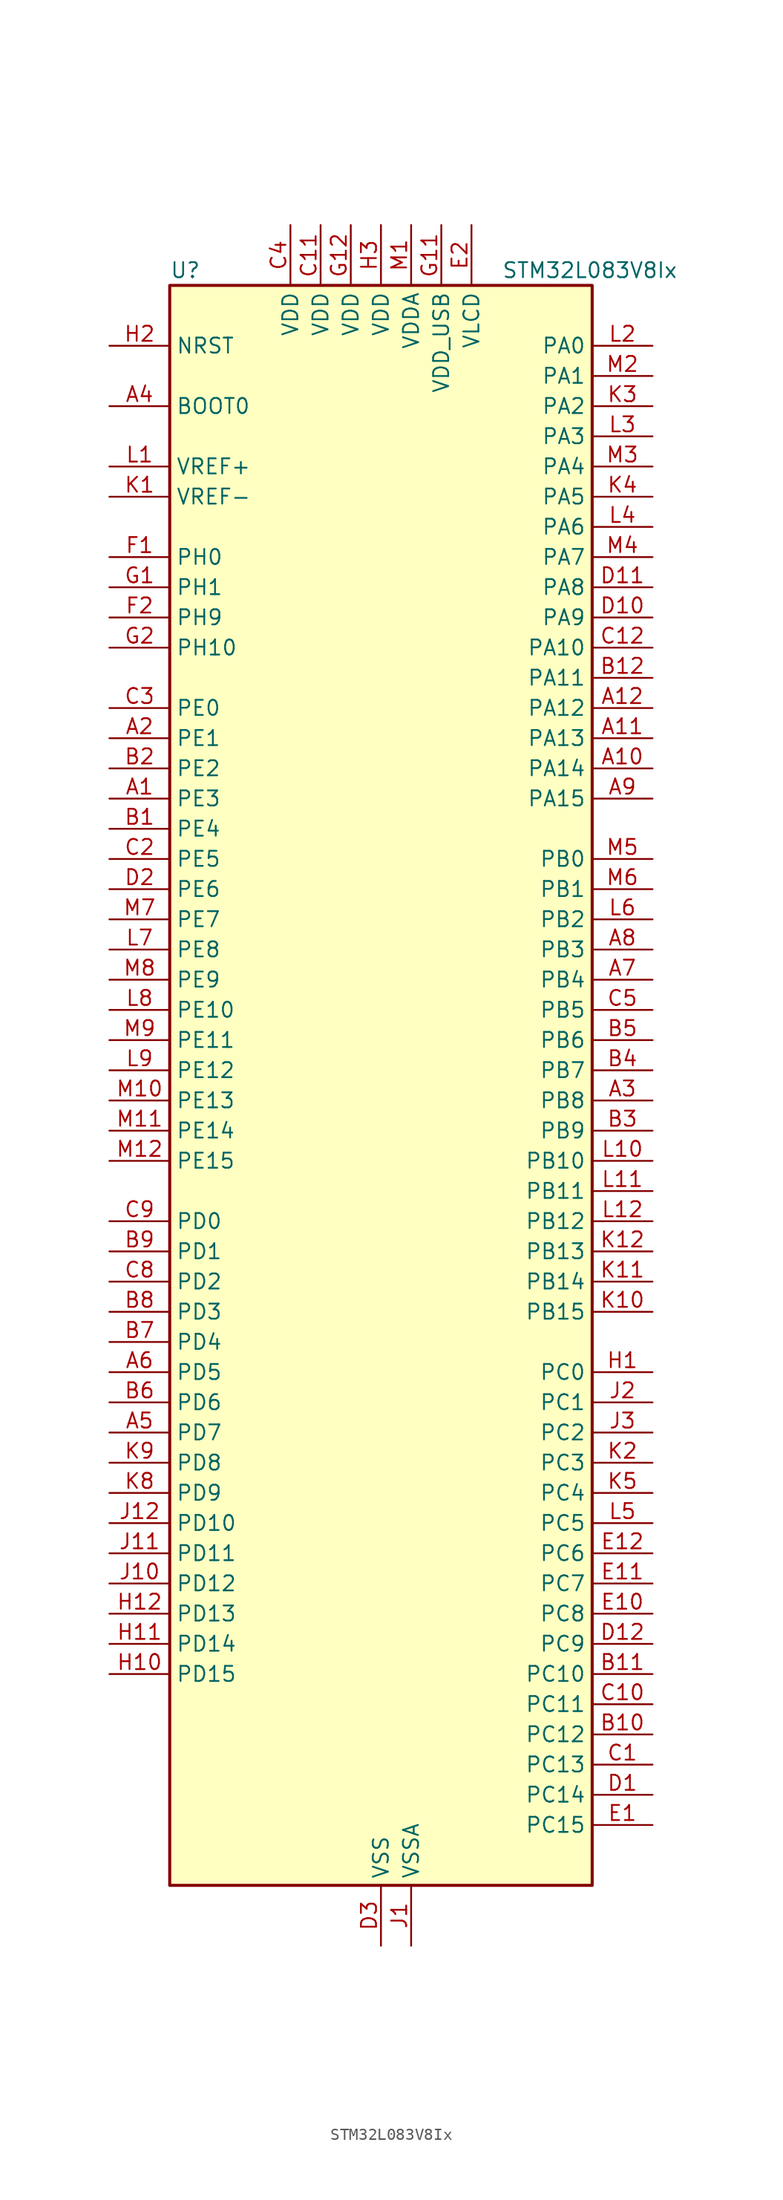
<source format=kicad_sym>
(kicad_symbol_lib
  (version 20241209)
  (generator "kicad_symbol_editor")
  (generator_version "9.0")
  (symbol "STM32L083V8Ix"
    (property "Reference" "U"
      (at -17.78 69.85 0)
      (effects (font (size 1.27 1.27)) (justify left)))
    (property "Value" "STM32L083V8Ix"
      (at 10.16 69.85 0)
      (effects (font (size 1.27 1.27)) (justify left)))
    (symbol "STM32L083V8Ix_0_1"
      (rectangle (start -17.78 -66.04) (end 17.78 68.58) (stroke (width 0.254) (type default)) (fill (type background))))
    (symbol "STM32L083V8Ix_1_1"
      (pin input line (at -22.86 63.5 0) (length 5.08) (name "NRST" (effects (font (size 1.27 1.27)))) (number "H2" (effects (font (size 1.27 1.27)))))
      (pin input line (at -22.86 58.42 0) (length 5.08) (name "BOOT0" (effects (font (size 1.27 1.27)))) (number "A4" (effects (font (size 1.27 1.27)))))
      (pin input line (at -22.86 53.34 0) (length 5.08) (name "VREF+" (effects (font (size 1.27 1.27)))) (number "L1" (effects (font (size 1.27 1.27)))))
      (pin input line (at -22.86 50.8 0) (length 5.08) (name "VREF-" (effects (font (size 1.27 1.27)))) (number "K1" (effects (font (size 1.27 1.27)))))
      (pin bidirectional line (at -22.86 45.72 0) (length 5.08) (name "PH0" (effects (font (size 1.27 1.27)))) (number "F1" (effects (font (size 1.27 1.27)))) (alternate "CRS_SYNC" bidirectional line) (alternate "RCC_OSC_IN" bidirectional line))
      (pin bidirectional line (at -22.86 43.18 0) (length 5.08) (name "PH1" (effects (font (size 1.27 1.27)))) (number "G1" (effects (font (size 1.27 1.27)))) (alternate "RCC_OSC_OUT" bidirectional line))
      (pin bidirectional line (at -22.86 40.64 0) (length 5.08) (name "PH9" (effects (font (size 1.27 1.27)))) (number "F2" (effects (font (size 1.27 1.27)))) (alternate "DAC_EXTI9" bidirectional line))
      (pin bidirectional line (at -22.86 38.1 0) (length 5.08) (name "PH10" (effects (font (size 1.27 1.27)))) (number "G2" (effects (font (size 1.27 1.27)))))
      (pin bidirectional line (at -22.86 33.02 0) (length 5.08) (name "PE0" (effects (font (size 1.27 1.27)))) (number "C3" (effects (font (size 1.27 1.27)))) (alternate "LCD_SEG36" bidirectional line))
      (pin bidirectional line (at -22.86 30.48 0) (length 5.08) (name "PE1" (effects (font (size 1.27 1.27)))) (number "A2" (effects (font (size 1.27 1.27)))) (alternate "LCD_SEG37" bidirectional line))
      (pin bidirectional line (at -22.86 27.94 0) (length 5.08) (name "PE2" (effects (font (size 1.27 1.27)))) (number "B2" (effects (font (size 1.27 1.27)))) (alternate "LCD_SEG38" bidirectional line) (alternate "TIM3_ETR" bidirectional line))
      (pin bidirectional line (at -22.86 25.4 0) (length 5.08) (name "PE3" (effects (font (size 1.27 1.27)))) (number "A1" (effects (font (size 1.27 1.27)))) (alternate "LCD_SEG39" bidirectional line) (alternate "TIM22_CH1" bidirectional line) (alternate "TIM3_CH1" bidirectional line))
      (pin bidirectional line (at -22.86 22.86 0) (length 5.08) (name "PE4" (effects (font (size 1.27 1.27)))) (number "B1" (effects (font (size 1.27 1.27)))) (alternate "TIM22_CH2" bidirectional line) (alternate "TIM3_CH2" bidirectional line))
      (pin bidirectional line (at -22.86 20.32 0) (length 5.08) (name "PE5" (effects (font (size 1.27 1.27)))) (number "C2" (effects (font (size 1.27 1.27)))) (alternate "TIM21_CH1" bidirectional line) (alternate "TIM3_CH3" bidirectional line))
      (pin bidirectional line (at -22.86 17.78 0) (length 5.08) (name "PE6" (effects (font (size 1.27 1.27)))) (number "D2" (effects (font (size 1.27 1.27)))) (alternate "RTC_TAMP3" bidirectional line) (alternate "SYS_WKUP3" bidirectional line) (alternate "TIM21_CH2" bidirectional line) (alternate "TIM3_CH4" bidirectional line))
      (pin bidirectional line (at -22.86 15.24 0) (length 5.08) (name "PE7" (effects (font (size 1.27 1.27)))) (number "M7" (effects (font (size 1.27 1.27)))) (alternate "LCD_SEG45" bidirectional line) (alternate "USART5_CK" bidirectional line) (alternate "USART5_DE" bidirectional line) (alternate "USART5_RTS" bidirectional line))
      (pin bidirectional line (at -22.86 12.7 0) (length 5.08) (name "PE8" (effects (font (size 1.27 1.27)))) (number "L7" (effects (font (size 1.27 1.27)))) (alternate "LCD_SEG46" bidirectional line) (alternate "USART4_TX" bidirectional line))
      (pin bidirectional line (at -22.86 10.16 0) (length 5.08) (name "PE9" (effects (font (size 1.27 1.27)))) (number "M8" (effects (font (size 1.27 1.27)))) (alternate "DAC_EXTI9" bidirectional line) (alternate "LCD_SEG47" bidirectional line) (alternate "TIM2_CH1" bidirectional line) (alternate "TIM2_ETR" bidirectional line) (alternate "USART4_RX" bidirectional line))
      (pin bidirectional line (at -22.86 7.62 0) (length 5.08) (name "PE10" (effects (font (size 1.27 1.27)))) (number "L8" (effects (font (size 1.27 1.27)))) (alternate "LCD_SEG40" bidirectional line) (alternate "TIM2_CH2" bidirectional line) (alternate "USART5_TX" bidirectional line))
      (pin bidirectional line (at -22.86 5.08 0) (length 5.08) (name "PE11" (effects (font (size 1.27 1.27)))) (number "M9" (effects (font (size 1.27 1.27)))) (alternate "ADC_EXTI11" bidirectional line) (alternate "LCD_VLCD1" bidirectional line) (alternate "TIM2_CH3" bidirectional line) (alternate "USART5_RX" bidirectional line))
      (pin bidirectional line (at -22.86 2.54 0) (length 5.08) (name "PE12" (effects (font (size 1.27 1.27)))) (number "L9" (effects (font (size 1.27 1.27)))) (alternate "LCD_VLCD3" bidirectional line) (alternate "SPI1_NSS" bidirectional line) (alternate "TIM2_CH4" bidirectional line))
      (pin bidirectional line (at -22.86 0 0) (length 5.08) (name "PE13" (effects (font (size 1.27 1.27)))) (number "M10" (effects (font (size 1.27 1.27)))) (alternate "LCD_SEG41" bidirectional line) (alternate "SPI1_SCK" bidirectional line))
      (pin bidirectional line (at -22.86 -2.54 0) (length 5.08) (name "PE14" (effects (font (size 1.27 1.27)))) (number "M11" (effects (font (size 1.27 1.27)))) (alternate "LCD_SEG42" bidirectional line) (alternate "SPI1_MISO" bidirectional line))
      (pin bidirectional line (at -22.86 -5.08 0) (length 5.08) (name "PE15" (effects (font (size 1.27 1.27)))) (number "M12" (effects (font (size 1.27 1.27)))) (alternate "LCD_SEG43" bidirectional line) (alternate "SPI1_MOSI" bidirectional line))
      (pin bidirectional line (at -22.86 -10.16 0) (length 5.08) (name "PD0" (effects (font (size 1.27 1.27)))) (number "C9" (effects (font (size 1.27 1.27)))) (alternate "I2S2_WS" bidirectional line) (alternate "SPI2_NSS" bidirectional line) (alternate "TIM21_CH1" bidirectional line))
      (pin bidirectional line (at -22.86 -12.7 0) (length 5.08) (name "PD1" (effects (font (size 1.27 1.27)))) (number "B9" (effects (font (size 1.27 1.27)))) (alternate "I2S2_CK" bidirectional line) (alternate "SPI2_SCK" bidirectional line))
      (pin bidirectional line (at -22.86 -15.24 0) (length 5.08) (name "PD2" (effects (font (size 1.27 1.27)))) (number "C8" (effects (font (size 1.27 1.27)))) (alternate "LCD_COM7" bidirectional line) (alternate "LCD_SEG31" bidirectional line) (alternate "LCD_SEG51" bidirectional line) (alternate "LPUART1_DE" bidirectional line) (alternate "LPUART1_RTS" bidirectional line) (alternate "TIM3_ETR" bidirectional line) (alternate "USART5_RX" bidirectional line))
      (pin bidirectional line (at -22.86 -17.78 0) (length 5.08) (name "PD3" (effects (font (size 1.27 1.27)))) (number "B8" (effects (font (size 1.27 1.27)))) (alternate "I2S2_MCK" bidirectional line) (alternate "LCD_SEG44" bidirectional line) (alternate "SPI2_MISO" bidirectional line) (alternate "USART2_CTS" bidirectional line))
      (pin bidirectional line (at -22.86 -20.32 0) (length 5.08) (name "PD4" (effects (font (size 1.27 1.27)))) (number "B7" (effects (font (size 1.27 1.27)))) (alternate "I2S2_SD" bidirectional line) (alternate "SPI2_MOSI" bidirectional line) (alternate "USART2_DE" bidirectional line) (alternate "USART2_RTS" bidirectional line))
      (pin bidirectional line (at -22.86 -22.86 0) (length 5.08) (name "PD5" (effects (font (size 1.27 1.27)))) (number "A6" (effects (font (size 1.27 1.27)))) (alternate "USART2_TX" bidirectional line))
      (pin bidirectional line (at -22.86 -25.4 0) (length 5.08) (name "PD6" (effects (font (size 1.27 1.27)))) (number "B6" (effects (font (size 1.27 1.27)))) (alternate "USART2_RX" bidirectional line))
      (pin bidirectional line (at -22.86 -27.94 0) (length 5.08) (name "PD7" (effects (font (size 1.27 1.27)))) (number "A5" (effects (font (size 1.27 1.27)))) (alternate "TIM21_CH2" bidirectional line) (alternate "USART2_CK" bidirectional line))
      (pin bidirectional line (at -22.86 -30.48 0) (length 5.08) (name "PD8" (effects (font (size 1.27 1.27)))) (number "K9" (effects (font (size 1.27 1.27)))) (alternate "LCD_SEG28" bidirectional line) (alternate "LPUART1_TX" bidirectional line))
      (pin bidirectional line (at -22.86 -33.02 0) (length 5.08) (name "PD9" (effects (font (size 1.27 1.27)))) (number "K8" (effects (font (size 1.27 1.27)))) (alternate "DAC_EXTI9" bidirectional line) (alternate "LCD_SEG29" bidirectional line) (alternate "LPUART1_RX" bidirectional line))
      (pin bidirectional line (at -22.86 -35.56 0) (length 5.08) (name "PD10" (effects (font (size 1.27 1.27)))) (number "J12" (effects (font (size 1.27 1.27)))) (alternate "LCD_SEG30" bidirectional line))
      (pin bidirectional line (at -22.86 -38.1 0) (length 5.08) (name "PD11" (effects (font (size 1.27 1.27)))) (number "J11" (effects (font (size 1.27 1.27)))) (alternate "ADC_EXTI11" bidirectional line) (alternate "LCD_SEG31" bidirectional line) (alternate "LPUART1_CTS" bidirectional line))
      (pin bidirectional line (at -22.86 -40.64 0) (length 5.08) (name "PD12" (effects (font (size 1.27 1.27)))) (number "J10" (effects (font (size 1.27 1.27)))) (alternate "LCD_SEG32" bidirectional line) (alternate "LPUART1_DE" bidirectional line) (alternate "LPUART1_RTS" bidirectional line))
      (pin bidirectional line (at -22.86 -43.18 0) (length 5.08) (name "PD13" (effects (font (size 1.27 1.27)))) (number "H12" (effects (font (size 1.27 1.27)))) (alternate "LCD_SEG33" bidirectional line))
      (pin bidirectional line (at -22.86 -45.72 0) (length 5.08) (name "PD14" (effects (font (size 1.27 1.27)))) (number "H11" (effects (font (size 1.27 1.27)))) (alternate "LCD_SEG34" bidirectional line))
      (pin bidirectional line (at -22.86 -48.26 0) (length 5.08) (name "PD15" (effects (font (size 1.27 1.27)))) (number "H10" (effects (font (size 1.27 1.27)))) (alternate "CRS_SYNC" bidirectional line) (alternate "LCD_SEG35" bidirectional line))
      (pin power_in line (at -7.62 73.66 270) (length 5.08) (name "VDD" (effects (font (size 1.27 1.27)))) (number "C4" (effects (font (size 1.27 1.27)))))
      (pin power_in line (at -5.08 73.66 270) (length 5.08) (name "VDD" (effects (font (size 1.27 1.27)))) (number "C11" (effects (font (size 1.27 1.27)))))
      (pin power_in line (at -2.54 73.66 270) (length 5.08) (name "VDD" (effects (font (size 1.27 1.27)))) (number "G12" (effects (font (size 1.27 1.27)))))
      (pin power_in line (at 0 73.66 270) (length 5.08) (name "VDD" (effects (font (size 1.27 1.27)))) (number "H3" (effects (font (size 1.27 1.27)))))
      (pin power_in line (at 0 -71.12 90) (length 5.08) (name "VSS" (effects (font (size 1.27 1.27)))) (number "D3" (effects (font (size 1.27 1.27)))))
      (pin passive line (at 0 -71.12 90) (length 5.08) (hide yes) (name "VSS" (effects (font (size 1.27 1.27)))) (number "E3" (effects (font (size 1.27 1.27)))))
      (pin passive line (at 0 -71.12 90) (length 5.08) (hide yes) (name "VSS" (effects (font (size 1.27 1.27)))) (number "F11" (effects (font (size 1.27 1.27)))))
      (pin passive line (at 0 -71.12 90) (length 5.08) (hide yes) (name "VSS" (effects (font (size 1.27 1.27)))) (number "F12" (effects (font (size 1.27 1.27)))))
      (pin power_in line (at 2.54 73.66 270) (length 5.08) (name "VDDA" (effects (font (size 1.27 1.27)))) (number "M1" (effects (font (size 1.27 1.27)))))
      (pin power_in line (at 2.54 -71.12 90) (length 5.08) (name "VSSA" (effects (font (size 1.27 1.27)))) (number "J1" (effects (font (size 1.27 1.27)))))
      (pin power_in line (at 5.08 73.66 270) (length 5.08) (name "VDD_USB" (effects (font (size 1.27 1.27)))) (number "G11" (effects (font (size 1.27 1.27)))))
      (pin power_in line (at 7.62 73.66 270) (length 5.08) (name "VLCD" (effects (font (size 1.27 1.27)))) (number "E2" (effects (font (size 1.27 1.27)))))
      (pin bidirectional line (at 22.86 63.5 180) (length 5.08) (name "PA0" (effects (font (size 1.27 1.27)))) (number "L2" (effects (font (size 1.27 1.27)))) (alternate "ADC_IN0" bidirectional line) (alternate "COMP1_INM" bidirectional line) (alternate "COMP1_OUT" bidirectional line) (alternate "RTC_TAMP2" bidirectional line) (alternate "SYS_WKUP1" bidirectional line) (alternate "TIM2_CH1" bidirectional line) (alternate "TIM2_ETR" bidirectional line) (alternate "TSC_G1_IO1" bidirectional line) (alternate "USART2_CTS" bidirectional line) (alternate "USART4_TX" bidirectional line))
      (pin bidirectional line (at 22.86 60.96 180) (length 5.08) (name "PA1" (effects (font (size 1.27 1.27)))) (number "M2" (effects (font (size 1.27 1.27)))) (alternate "ADC_IN1" bidirectional line) (alternate "COMP1_INP" bidirectional line) (alternate "LCD_SEG0" bidirectional line) (alternate "TIM21_ETR" bidirectional line) (alternate "TIM2_CH2" bidirectional line) (alternate "TSC_G1_IO2" bidirectional line) (alternate "USART2_DE" bidirectional line) (alternate "USART2_RTS" bidirectional line) (alternate "USART4_RX" bidirectional line))
      (pin bidirectional line (at 22.86 58.42 180) (length 5.08) (name "PA2" (effects (font (size 1.27 1.27)))) (number "K3" (effects (font (size 1.27 1.27)))) (alternate "ADC_IN2" bidirectional line) (alternate "COMP2_INM" bidirectional line) (alternate "COMP2_OUT" bidirectional line) (alternate "LCD_SEG1" bidirectional line) (alternate "LPUART1_TX" bidirectional line) (alternate "TIM21_CH1" bidirectional line) (alternate "TIM2_CH3" bidirectional line) (alternate "TSC_G1_IO3" bidirectional line) (alternate "USART2_TX" bidirectional line))
      (pin bidirectional line (at 22.86 55.88 180) (length 5.08) (name "PA3" (effects (font (size 1.27 1.27)))) (number "L3" (effects (font (size 1.27 1.27)))) (alternate "ADC_IN3" bidirectional line) (alternate "COMP2_INP" bidirectional line) (alternate "LCD_SEG2" bidirectional line) (alternate "LPUART1_RX" bidirectional line) (alternate "TIM21_CH2" bidirectional line) (alternate "TIM2_CH4" bidirectional line) (alternate "TSC_G1_IO4" bidirectional line) (alternate "USART2_RX" bidirectional line))
      (pin bidirectional line (at 22.86 53.34 180) (length 5.08) (name "PA4" (effects (font (size 1.27 1.27)))) (number "M3" (effects (font (size 1.27 1.27)))) (alternate "ADC_IN4" bidirectional line) (alternate "COMP1_INM" bidirectional line) (alternate "COMP2_INM" bidirectional line) (alternate "DAC_OUT1" bidirectional line) (alternate "SPI1_NSS" bidirectional line) (alternate "TIM22_ETR" bidirectional line) (alternate "TSC_G2_IO1" bidirectional line) (alternate "USART2_CK" bidirectional line))
      (pin bidirectional line (at 22.86 50.8 180) (length 5.08) (name "PA5" (effects (font (size 1.27 1.27)))) (number "K4" (effects (font (size 1.27 1.27)))) (alternate "ADC_IN5" bidirectional line) (alternate "COMP1_INM" bidirectional line) (alternate "COMP2_INM" bidirectional line) (alternate "DAC_OUT2" bidirectional line) (alternate "SPI1_SCK" bidirectional line) (alternate "TIM2_CH1" bidirectional line) (alternate "TIM2_ETR" bidirectional line) (alternate "TSC_G2_IO2" bidirectional line))
      (pin bidirectional line (at 22.86 48.26 180) (length 5.08) (name "PA6" (effects (font (size 1.27 1.27)))) (number "L4" (effects (font (size 1.27 1.27)))) (alternate "ADC_IN6" bidirectional line) (alternate "COMP1_OUT" bidirectional line) (alternate "LCD_SEG3" bidirectional line) (alternate "LPUART1_CTS" bidirectional line) (alternate "SPI1_MISO" bidirectional line) (alternate "TIM22_CH1" bidirectional line) (alternate "TIM3_CH1" bidirectional line) (alternate "TSC_G2_IO3" bidirectional line))
      (pin bidirectional line (at 22.86 45.72 180) (length 5.08) (name "PA7" (effects (font (size 1.27 1.27)))) (number "M4" (effects (font (size 1.27 1.27)))) (alternate "ADC_IN7" bidirectional line) (alternate "COMP2_OUT" bidirectional line) (alternate "LCD_SEG4" bidirectional line) (alternate "SPI1_MOSI" bidirectional line) (alternate "TIM22_CH2" bidirectional line) (alternate "TIM3_CH2" bidirectional line) (alternate "TSC_G2_IO4" bidirectional line))
      (pin bidirectional line (at 22.86 43.18 180) (length 5.08) (name "PA8" (effects (font (size 1.27 1.27)))) (number "D11" (effects (font (size 1.27 1.27)))) (alternate "CRS_SYNC" bidirectional line) (alternate "I2C3_SCL" bidirectional line) (alternate "LCD_COM0" bidirectional line) (alternate "RCC_MCO" bidirectional line) (alternate "USART1_CK" bidirectional line))
      (pin bidirectional line (at 22.86 40.64 180) (length 5.08) (name "PA9" (effects (font (size 1.27 1.27)))) (number "D10" (effects (font (size 1.27 1.27)))) (alternate "DAC_EXTI9" bidirectional line) (alternate "I2C1_SCL" bidirectional line) (alternate "I2C3_SMBA" bidirectional line) (alternate "LCD_COM1" bidirectional line) (alternate "RCC_MCO" bidirectional line) (alternate "TSC_G4_IO1" bidirectional line) (alternate "USART1_TX" bidirectional line))
      (pin bidirectional line (at 22.86 38.1 180) (length 5.08) (name "PA10" (effects (font (size 1.27 1.27)))) (number "C12" (effects (font (size 1.27 1.27)))) (alternate "I2C1_SDA" bidirectional line) (alternate "LCD_COM2" bidirectional line) (alternate "TSC_G4_IO2" bidirectional line) (alternate "USART1_RX" bidirectional line))
      (pin bidirectional line (at 22.86 35.56 180) (length 5.08) (name "PA11" (effects (font (size 1.27 1.27)))) (number "B12" (effects (font (size 1.27 1.27)))) (alternate "ADC_EXTI11" bidirectional line) (alternate "COMP1_OUT" bidirectional line) (alternate "SPI1_MISO" bidirectional line) (alternate "TSC_G4_IO3" bidirectional line) (alternate "USART1_CTS" bidirectional line) (alternate "USB_DM" bidirectional line))
      (pin bidirectional line (at 22.86 33.02 180) (length 5.08) (name "PA12" (effects (font (size 1.27 1.27)))) (number "A12" (effects (font (size 1.27 1.27)))) (alternate "COMP2_OUT" bidirectional line) (alternate "SPI1_MOSI" bidirectional line) (alternate "TSC_G4_IO4" bidirectional line) (alternate "USART1_DE" bidirectional line) (alternate "USART1_RTS" bidirectional line) (alternate "USB_DP" bidirectional line))
      (pin bidirectional line (at 22.86 30.48 180) (length 5.08) (name "PA13" (effects (font (size 1.27 1.27)))) (number "A11" (effects (font (size 1.27 1.27)))) (alternate "LPUART1_RX" bidirectional line) (alternate "SYS_SWDIO" bidirectional line) (alternate "USB_NOE" bidirectional line))
      (pin bidirectional line (at 22.86 27.94 180) (length 5.08) (name "PA14" (effects (font (size 1.27 1.27)))) (number "A10" (effects (font (size 1.27 1.27)))) (alternate "LPUART1_TX" bidirectional line) (alternate "SYS_SWCLK" bidirectional line) (alternate "USART2_TX" bidirectional line))
      (pin bidirectional line (at 22.86 25.4 180) (length 5.08) (name "PA15" (effects (font (size 1.27 1.27)))) (number "A9" (effects (font (size 1.27 1.27)))) (alternate "LCD_SEG17" bidirectional line) (alternate "SPI1_NSS" bidirectional line) (alternate "TIM2_CH1" bidirectional line) (alternate "TIM2_ETR" bidirectional line) (alternate "USART2_RX" bidirectional line) (alternate "USART4_DE" bidirectional line) (alternate "USART4_RTS" bidirectional line))
      (pin bidirectional line (at 22.86 20.32 180) (length 5.08) (name "PB0" (effects (font (size 1.27 1.27)))) (number "M5" (effects (font (size 1.27 1.27)))) (alternate "ADC_IN8" bidirectional line) (alternate "LCD_SEG5" bidirectional line) (alternate "LCD_VLCD3" bidirectional line) (alternate "SYS_VREF_OUT_PB0" bidirectional line) (alternate "TIM3_CH3" bidirectional line) (alternate "TSC_G3_IO2" bidirectional line))
      (pin bidirectional line (at 22.86 17.78 180) (length 5.08) (name "PB1" (effects (font (size 1.27 1.27)))) (number "M6" (effects (font (size 1.27 1.27)))) (alternate "ADC_IN9" bidirectional line) (alternate "LCD_SEG6" bidirectional line) (alternate "LPUART1_DE" bidirectional line) (alternate "LPUART1_RTS" bidirectional line) (alternate "SYS_VREF_OUT_PB1" bidirectional line) (alternate "TIM3_CH4" bidirectional line) (alternate "TSC_G3_IO3" bidirectional line))
      (pin bidirectional line (at 22.86 15.24 180) (length 5.08) (name "PB2" (effects (font (size 1.27 1.27)))) (number "L6" (effects (font (size 1.27 1.27)))) (alternate "I2C3_SMBA" bidirectional line) (alternate "LCD_VLCD2" bidirectional line) (alternate "LPTIM1_OUT" bidirectional line) (alternate "TSC_G3_IO4" bidirectional line))
      (pin bidirectional line (at 22.86 12.7 180) (length 5.08) (name "PB3" (effects (font (size 1.27 1.27)))) (number "A8" (effects (font (size 1.27 1.27)))) (alternate "COMP2_INM" bidirectional line) (alternate "LCD_SEG7" bidirectional line) (alternate "SPI1_SCK" bidirectional line) (alternate "TIM2_CH2" bidirectional line) (alternate "TSC_G5_IO1" bidirectional line) (alternate "USART1_DE" bidirectional line) (alternate "USART1_RTS" bidirectional line) (alternate "USART5_TX" bidirectional line))
      (pin bidirectional line (at 22.86 10.16 180) (length 5.08) (name "PB4" (effects (font (size 1.27 1.27)))) (number "A7" (effects (font (size 1.27 1.27)))) (alternate "COMP2_INP" bidirectional line) (alternate "I2C3_SDA" bidirectional line) (alternate "LCD_SEG8" bidirectional line) (alternate "SPI1_MISO" bidirectional line) (alternate "TIM22_CH1" bidirectional line) (alternate "TIM3_CH1" bidirectional line) (alternate "TSC_G5_IO2" bidirectional line) (alternate "USART1_CTS" bidirectional line) (alternate "USART5_RX" bidirectional line))
      (pin bidirectional line (at 22.86 7.62 180) (length 5.08) (name "PB5" (effects (font (size 1.27 1.27)))) (number "C5" (effects (font (size 1.27 1.27)))) (alternate "COMP2_INP" bidirectional line) (alternate "I2C1_SMBA" bidirectional line) (alternate "LCD_SEG9" bidirectional line) (alternate "LPTIM1_IN1" bidirectional line) (alternate "SPI1_MOSI" bidirectional line) (alternate "TIM22_CH2" bidirectional line) (alternate "TIM3_CH2" bidirectional line) (alternate "USART1_CK" bidirectional line) (alternate "USART5_CK" bidirectional line) (alternate "USART5_DE" bidirectional line) (alternate "USART5_RTS" bidirectional line))
      (pin bidirectional line (at 22.86 5.08 180) (length 5.08) (name "PB6" (effects (font (size 1.27 1.27)))) (number "B5" (effects (font (size 1.27 1.27)))) (alternate "COMP2_INP" bidirectional line) (alternate "I2C1_SCL" bidirectional line) (alternate "LPTIM1_ETR" bidirectional line) (alternate "TSC_G5_IO3" bidirectional line) (alternate "USART1_TX" bidirectional line))
      (pin bidirectional line (at 22.86 2.54 180) (length 5.08) (name "PB7" (effects (font (size 1.27 1.27)))) (number "B4" (effects (font (size 1.27 1.27)))) (alternate "COMP2_INP" bidirectional line) (alternate "I2C1_SDA" bidirectional line) (alternate "LPTIM1_IN2" bidirectional line) (alternate "SYS_PVD_IN" bidirectional line) (alternate "TSC_G5_IO4" bidirectional line) (alternate "USART1_RX" bidirectional line) (alternate "USART4_CTS" bidirectional line))
      (pin bidirectional line (at 22.86 0 180) (length 5.08) (name "PB8" (effects (font (size 1.27 1.27)))) (number "A3" (effects (font (size 1.27 1.27)))) (alternate "I2C1_SCL" bidirectional line) (alternate "LCD_SEG16" bidirectional line) (alternate "TSC_SYNC" bidirectional line))
      (pin bidirectional line (at 22.86 -2.54 180) (length 5.08) (name "PB9" (effects (font (size 1.27 1.27)))) (number "B3" (effects (font (size 1.27 1.27)))) (alternate "DAC_EXTI9" bidirectional line) (alternate "I2C1_SDA" bidirectional line) (alternate "I2S2_WS" bidirectional line) (alternate "LCD_COM3" bidirectional line) (alternate "SPI2_NSS" bidirectional line))
      (pin bidirectional line (at 22.86 -5.08 180) (length 5.08) (name "PB10" (effects (font (size 1.27 1.27)))) (number "L10" (effects (font (size 1.27 1.27)))) (alternate "I2C2_SCL" bidirectional line) (alternate "LCD_SEG10" bidirectional line) (alternate "LPUART1_RX" bidirectional line) (alternate "LPUART1_TX" bidirectional line) (alternate "SPI2_SCK" bidirectional line) (alternate "TIM2_CH3" bidirectional line) (alternate "TSC_SYNC" bidirectional line))
      (pin bidirectional line (at 22.86 -7.62 180) (length 5.08) (name "PB11" (effects (font (size 1.27 1.27)))) (number "L11" (effects (font (size 1.27 1.27)))) (alternate "ADC_EXTI11" bidirectional line) (alternate "I2C2_SDA" bidirectional line) (alternate "LCD_SEG11" bidirectional line) (alternate "LPUART1_RX" bidirectional line) (alternate "LPUART1_TX" bidirectional line) (alternate "TIM2_CH4" bidirectional line) (alternate "TSC_G6_IO1" bidirectional line))
      (pin bidirectional line (at 22.86 -10.16 180) (length 5.08) (name "PB12" (effects (font (size 1.27 1.27)))) (number "L12" (effects (font (size 1.27 1.27)))) (alternate "I2S2_WS" bidirectional line) (alternate "LCD_SEG12" bidirectional line) (alternate "LCD_VLCD2" bidirectional line) (alternate "LPUART1_DE" bidirectional line) (alternate "LPUART1_RTS" bidirectional line) (alternate "SPI2_NSS" bidirectional line) (alternate "TSC_G6_IO2" bidirectional line))
      (pin bidirectional line (at 22.86 -12.7 180) (length 5.08) (name "PB13" (effects (font (size 1.27 1.27)))) (number "K12" (effects (font (size 1.27 1.27)))) (alternate "I2C2_SCL" bidirectional line) (alternate "I2S2_CK" bidirectional line) (alternate "LCD_SEG13" bidirectional line) (alternate "LPUART1_CTS" bidirectional line) (alternate "RCC_MCO" bidirectional line) (alternate "SPI2_SCK" bidirectional line) (alternate "TIM21_CH1" bidirectional line) (alternate "TSC_G6_IO3" bidirectional line))
      (pin bidirectional line (at 22.86 -15.24 180) (length 5.08) (name "PB14" (effects (font (size 1.27 1.27)))) (number "K11" (effects (font (size 1.27 1.27)))) (alternate "I2C2_SDA" bidirectional line) (alternate "I2S2_MCK" bidirectional line) (alternate "LCD_SEG14" bidirectional line) (alternate "LPUART1_DE" bidirectional line) (alternate "LPUART1_RTS" bidirectional line) (alternate "RTC_OUT_ALARM" bidirectional line) (alternate "RTC_OUT_CALIB" bidirectional line) (alternate "SPI2_MISO" bidirectional line) (alternate "TIM21_CH2" bidirectional line) (alternate "TSC_G6_IO4" bidirectional line))
      (pin bidirectional line (at 22.86 -17.78 180) (length 5.08) (name "PB15" (effects (font (size 1.27 1.27)))) (number "K10" (effects (font (size 1.27 1.27)))) (alternate "I2S2_SD" bidirectional line) (alternate "LCD_SEG15" bidirectional line) (alternate "RTC_REFIN" bidirectional line) (alternate "SPI2_MOSI" bidirectional line))
      (pin bidirectional line (at 22.86 -22.86 180) (length 5.08) (name "PC0" (effects (font (size 1.27 1.27)))) (number "H1" (effects (font (size 1.27 1.27)))) (alternate "ADC_IN10" bidirectional line) (alternate "I2C3_SCL" bidirectional line) (alternate "LCD_SEG18" bidirectional line) (alternate "LPTIM1_IN1" bidirectional line) (alternate "LPUART1_RX" bidirectional line) (alternate "TSC_G7_IO1" bidirectional line))
      (pin bidirectional line (at 22.86 -25.4 180) (length 5.08) (name "PC1" (effects (font (size 1.27 1.27)))) (number "J2" (effects (font (size 1.27 1.27)))) (alternate "ADC_IN11" bidirectional line) (alternate "I2C3_SDA" bidirectional line) (alternate "LCD_SEG19" bidirectional line) (alternate "LPTIM1_OUT" bidirectional line) (alternate "LPUART1_TX" bidirectional line) (alternate "TSC_G7_IO2" bidirectional line))
      (pin bidirectional line (at 22.86 -27.94 180) (length 5.08) (name "PC2" (effects (font (size 1.27 1.27)))) (number "J3" (effects (font (size 1.27 1.27)))) (alternate "ADC_IN12" bidirectional line) (alternate "I2S2_MCK" bidirectional line) (alternate "LCD_SEG20" bidirectional line) (alternate "LPTIM1_IN2" bidirectional line) (alternate "SPI2_MISO" bidirectional line) (alternate "TSC_G7_IO3" bidirectional line))
      (pin bidirectional line (at 22.86 -30.48 180) (length 5.08) (name "PC3" (effects (font (size 1.27 1.27)))) (number "K2" (effects (font (size 1.27 1.27)))) (alternate "ADC_IN13" bidirectional line) (alternate "I2S2_SD" bidirectional line) (alternate "LCD_SEG21" bidirectional line) (alternate "LPTIM1_ETR" bidirectional line) (alternate "SPI2_MOSI" bidirectional line) (alternate "TSC_G7_IO4" bidirectional line))
      (pin bidirectional line (at 22.86 -33.02 180) (length 5.08) (name "PC4" (effects (font (size 1.27 1.27)))) (number "K5" (effects (font (size 1.27 1.27)))) (alternate "ADC_IN14" bidirectional line) (alternate "LCD_SEG22" bidirectional line) (alternate "LPUART1_TX" bidirectional line))
      (pin bidirectional line (at 22.86 -35.56 180) (length 5.08) (name "PC5" (effects (font (size 1.27 1.27)))) (number "L5" (effects (font (size 1.27 1.27)))) (alternate "ADC_IN15" bidirectional line) (alternate "LCD_SEG23" bidirectional line) (alternate "LPUART1_RX" bidirectional line) (alternate "TSC_G3_IO1" bidirectional line))
      (pin bidirectional line (at 22.86 -38.1 180) (length 5.08) (name "PC6" (effects (font (size 1.27 1.27)))) (number "E12" (effects (font (size 1.27 1.27)))) (alternate "LCD_SEG24" bidirectional line) (alternate "TIM22_CH1" bidirectional line) (alternate "TIM3_CH1" bidirectional line) (alternate "TSC_G8_IO1" bidirectional line))
      (pin bidirectional line (at 22.86 -40.64 180) (length 5.08) (name "PC7" (effects (font (size 1.27 1.27)))) (number "E11" (effects (font (size 1.27 1.27)))) (alternate "LCD_SEG25" bidirectional line) (alternate "TIM22_CH2" bidirectional line) (alternate "TIM3_CH2" bidirectional line) (alternate "TSC_G8_IO2" bidirectional line))
      (pin bidirectional line (at 22.86 -43.18 180) (length 5.08) (name "PC8" (effects (font (size 1.27 1.27)))) (number "E10" (effects (font (size 1.27 1.27)))) (alternate "LCD_SEG26" bidirectional line) (alternate "TIM22_ETR" bidirectional line) (alternate "TIM3_CH3" bidirectional line) (alternate "TSC_G8_IO3" bidirectional line))
      (pin bidirectional line (at 22.86 -45.72 180) (length 5.08) (name "PC9" (effects (font (size 1.27 1.27)))) (number "D12" (effects (font (size 1.27 1.27)))) (alternate "DAC_EXTI9" bidirectional line) (alternate "I2C3_SDA" bidirectional line) (alternate "LCD_SEG27" bidirectional line) (alternate "TIM21_ETR" bidirectional line) (alternate "TIM3_CH4" bidirectional line) (alternate "TSC_G8_IO4" bidirectional line) (alternate "USB_NOE" bidirectional line))
      (pin bidirectional line (at 22.86 -48.26 180) (length 5.08) (name "PC10" (effects (font (size 1.27 1.27)))) (number "B11" (effects (font (size 1.27 1.27)))) (alternate "LCD_COM4" bidirectional line) (alternate "LCD_SEG28" bidirectional line) (alternate "LCD_SEG48" bidirectional line) (alternate "LPUART1_TX" bidirectional line) (alternate "USART4_TX" bidirectional line))
      (pin bidirectional line (at 22.86 -50.8 180) (length 5.08) (name "PC11" (effects (font (size 1.27 1.27)))) (number "C10" (effects (font (size 1.27 1.27)))) (alternate "ADC_EXTI11" bidirectional line) (alternate "LCD_COM5" bidirectional line) (alternate "LCD_SEG29" bidirectional line) (alternate "LCD_SEG49" bidirectional line) (alternate "LPUART1_RX" bidirectional line) (alternate "USART4_RX" bidirectional line))
      (pin bidirectional line (at 22.86 -53.34 180) (length 5.08) (name "PC12" (effects (font (size 1.27 1.27)))) (number "B10" (effects (font (size 1.27 1.27)))) (alternate "LCD_COM6" bidirectional line) (alternate "LCD_SEG30" bidirectional line) (alternate "LCD_SEG50" bidirectional line) (alternate "USART4_CK" bidirectional line) (alternate "USART5_TX" bidirectional line))
      (pin bidirectional line (at 22.86 -55.88 180) (length 5.08) (name "PC13" (effects (font (size 1.27 1.27)))) (number "C1" (effects (font (size 1.27 1.27)))) (alternate "RTC_OUT_ALARM" bidirectional line) (alternate "RTC_OUT_CALIB" bidirectional line) (alternate "RTC_TAMP1" bidirectional line) (alternate "RTC_TS" bidirectional line) (alternate "SYS_WKUP2" bidirectional line))
      (pin bidirectional line (at 22.86 -58.42 180) (length 5.08) (name "PC14" (effects (font (size 1.27 1.27)))) (number "D1" (effects (font (size 1.27 1.27)))) (alternate "RCC_OSC32_IN" bidirectional line))
      (pin bidirectional line (at 22.86 -60.96 180) (length 5.08) (name "PC15" (effects (font (size 1.27 1.27)))) (number "E1" (effects (font (size 1.27 1.27)))) (alternate "RCC_OSC32_OUT" bidirectional line)))))
</source>
